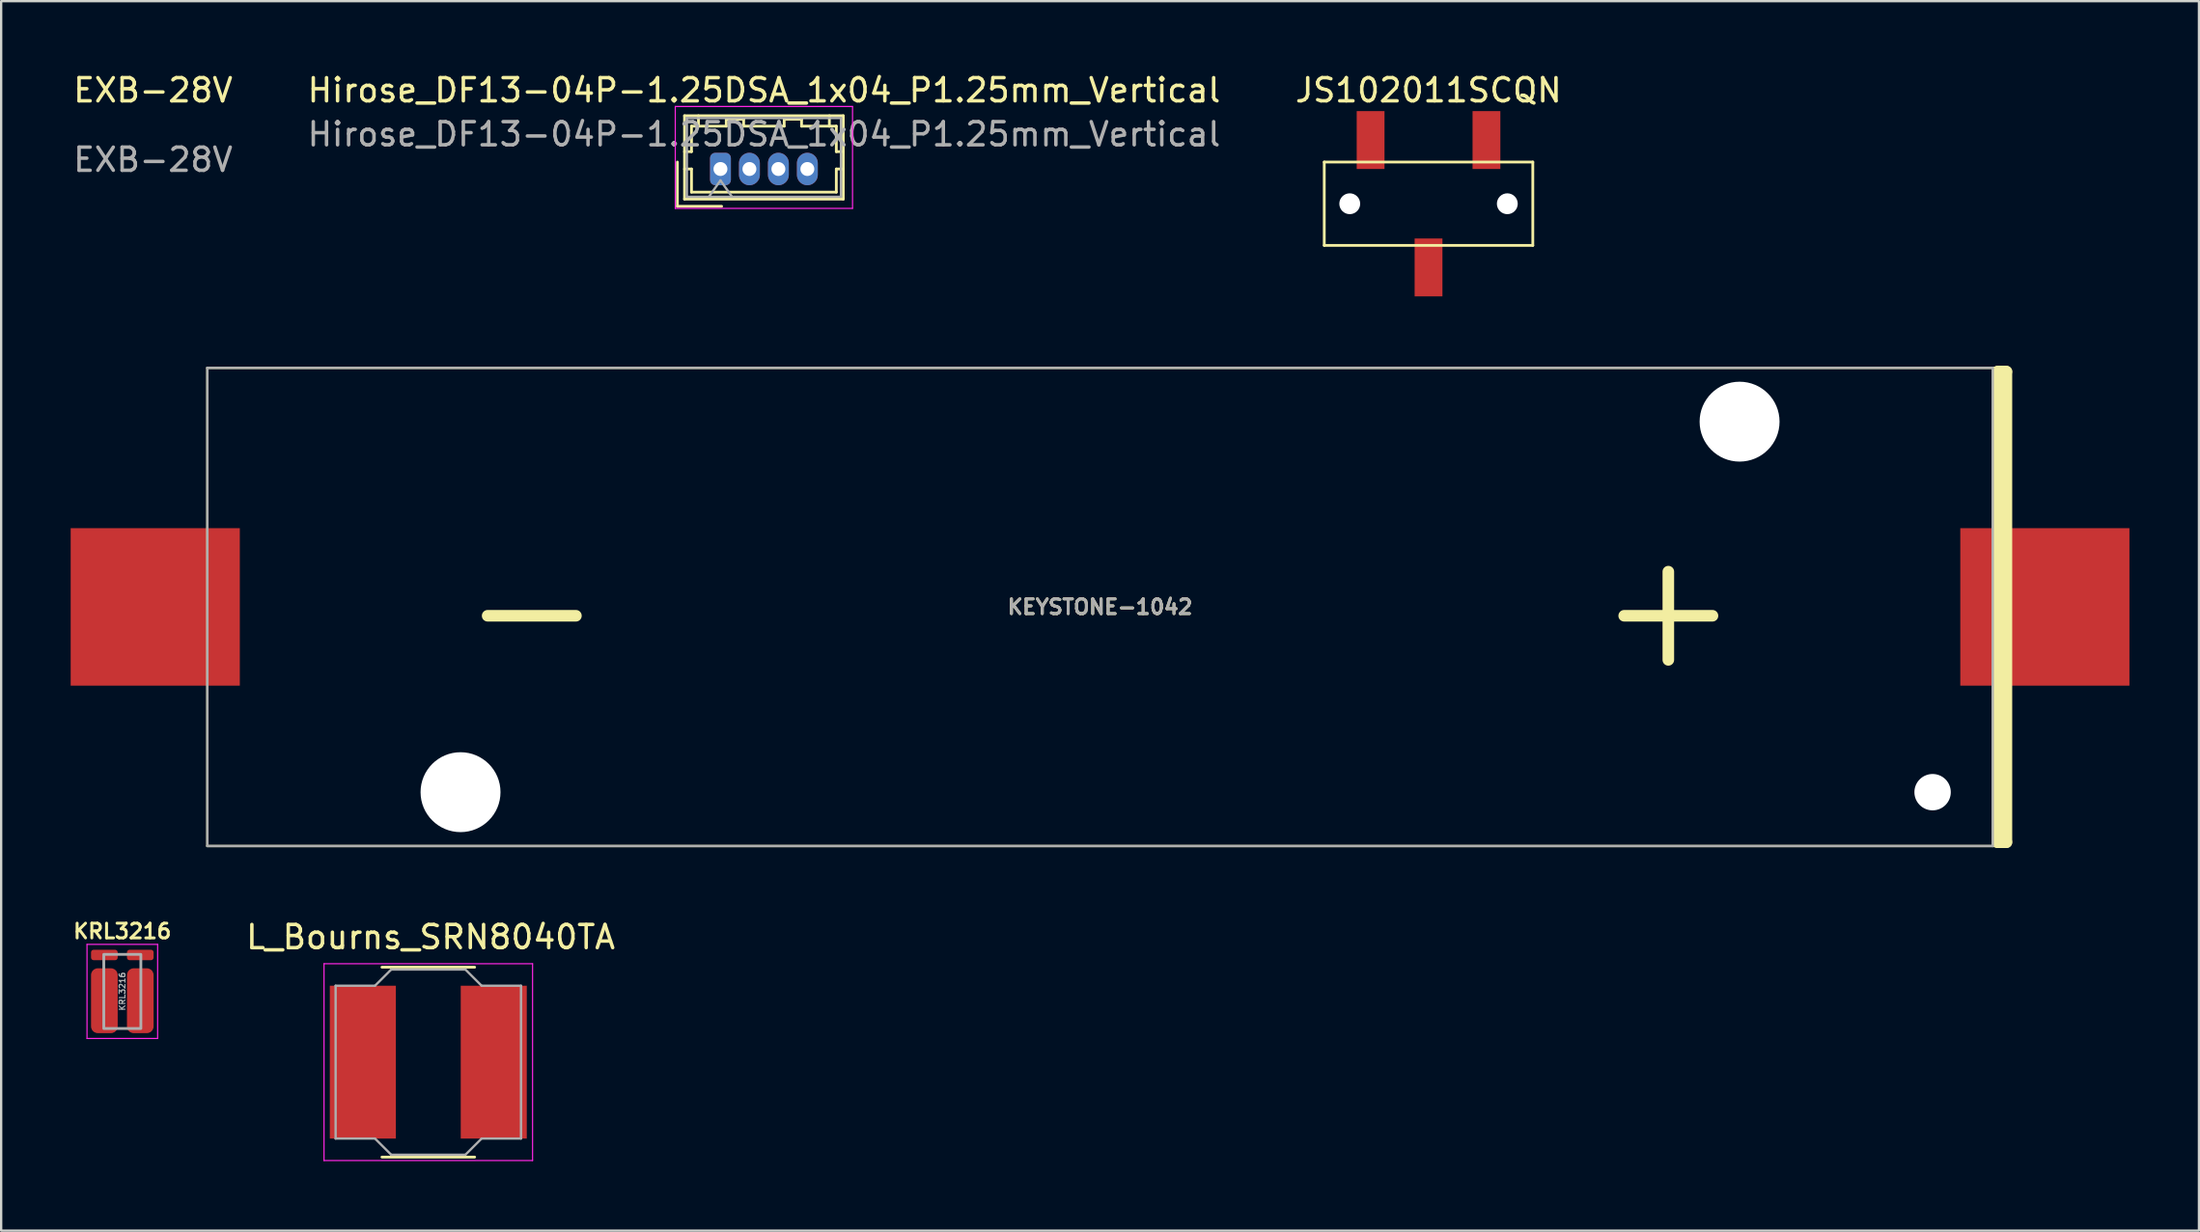
<source format=kicad_pcb>
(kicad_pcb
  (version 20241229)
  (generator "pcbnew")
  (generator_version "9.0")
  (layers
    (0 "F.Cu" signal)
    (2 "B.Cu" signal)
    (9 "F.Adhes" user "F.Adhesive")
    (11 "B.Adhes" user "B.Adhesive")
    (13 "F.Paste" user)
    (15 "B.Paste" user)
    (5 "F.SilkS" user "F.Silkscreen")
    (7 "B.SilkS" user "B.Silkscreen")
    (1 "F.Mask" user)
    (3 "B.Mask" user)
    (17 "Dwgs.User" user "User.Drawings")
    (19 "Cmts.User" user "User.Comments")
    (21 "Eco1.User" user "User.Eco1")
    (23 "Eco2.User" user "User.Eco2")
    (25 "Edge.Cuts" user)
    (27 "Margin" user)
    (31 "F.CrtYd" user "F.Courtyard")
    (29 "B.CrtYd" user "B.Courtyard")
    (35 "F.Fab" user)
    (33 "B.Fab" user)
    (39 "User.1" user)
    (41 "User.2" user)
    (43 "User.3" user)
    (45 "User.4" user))
  (footprint "KRL3216"
    (layer "F.Cu")
    (at 2.229 39.763)
    (property "Reference" "KRL3216" (at 0 -2.6 0) (unlocked yes) (layer "F.SilkS") (effects (font (size 0.635 0.635) (thickness 0.127) (bold yes))))
    (attr smd)
    (fp_line (start -1.524 -2.032) (end -1.524 2.032) (stroke (width 0.05) (type default)) (layer "F.CrtYd"))
    (fp_line (start -1.524 2.032) (end 1.524 2.032) (stroke (width 0.05) (type default)) (layer "F.CrtYd"))
    (fp_line (start 1.524 -2.032) (end -1.524 -2.032) (stroke (width 0.05) (type default)) (layer "F.CrtYd"))
    (fp_line (start 1.524 2.032) (end 1.524 -2.032) (stroke (width 0.05) (type default)) (layer "F.CrtYd"))
    (fp_rect (start -0.8 -1.6) (end 0.8 1.6) (stroke (width 0.12) (type default)) (fill no) (layer "F.Fab"))
    (fp_text user "${REFERENCE}" (at 0 0 90) (unlocked yes) (layer "F.Fab") (effects (font (size 0.25 0.25) (thickness 0.05) (bold yes))))
    (pad "1" smd roundrect (at -0.775 0.4) (size 1.15 2.8) (layers "F.Cu" "F.Mask" "F.Paste") (roundrect_rratio 0.25))
    (pad "2" smd roundrect (at 0.775 0.4 180) (size 1.15 2.8) (layers "F.Cu" "F.Mask" "F.Paste") (roundrect_rratio 0.25))
    (pad "3" smd roundrect (at -0.775 -1.575) (size 1.15 0.45) (layers "F.Cu" "F.Mask" "F.Paste") (roundrect_rratio 0.25))
    (pad "4" smd roundrect (at 0.775 -1.575 180) (size 1.15 0.45) (layers "F.Cu" "F.Mask" "F.Paste") (roundrect_rratio 0.25)))
  (footprint "KEYSTONE-1042"
    (layer "F.Cu")
    (at 44.425 23.158)
    (property "Reference" "KEYSTONE-1042" (at 0 0 0) (layer "F.SilkS") (effects (font (size 0.635 0.635) (thickness 0.127))))
    (attr through_hole)
    (fp_line (start -38.525 -10.325) (end 39.116 -10.325) (stroke (width 0.1) (type solid)) (layer "F.SilkS"))
    (fp_line (start -38.525 10.325) (end -38.525 -10.325) (stroke (width 0.1) (type solid)) (layer "F.SilkS"))
    (fp_line (start 38.525 -10.325) (end 38.525 10.325) (stroke (width 0.1) (type solid)) (layer "F.SilkS"))
    (fp_line (start 38.735 -10.16) (end 38.735 10.16) (stroke (width 0.5) (type solid)) (layer "F.SilkS"))
    (fp_line (start 38.735 -10.16) (end 39.116 -10.16) (stroke (width 0.5) (type solid)) (layer "F.SilkS"))
    (fp_line (start 38.735 10.16) (end 39.116 10.16) (stroke (width 0.5) (type solid)) (layer "F.SilkS"))
    (fp_line (start 38.735 10.325) (end -38.525 10.325) (stroke (width 0.1) (type solid)) (layer "F.SilkS"))
    (fp_line (start 38.862 -10.16) (end 38.862 10.16) (stroke (width 0.5) (type solid)) (layer "F.SilkS"))
    (fp_line (start 38.989 -10.16) (end 38.989 10.16) (stroke (width 0.5) (type solid)) (layer "F.SilkS"))
    (fp_line (start 39.116 -10.16) (end 39.116 10.16) (stroke (width 0.5) (type solid)) (layer "F.SilkS"))
    (fp_line (start -38.525 -10.325) (end 38.525 -10.325) (stroke (width 0.1) (type solid)) (layer "F.Fab"))
    (fp_line (start -38.525 10.325) (end -38.525 -10.325) (stroke (width 0.1) (type solid)) (layer "F.Fab"))
    (fp_line (start 38.525 -10.325) (end 38.525 10.325) (stroke (width 0.1) (type solid)) (layer "F.Fab"))
    (fp_line (start 38.525 10.325) (end -38.525 10.325) (stroke (width 0.1) (type solid)) (layer "F.Fab"))
    (fp_text user "-" (at -24.525 0 0) (layer "F.SilkS") (effects (font (size 5 5) (thickness 0.5))))
    (fp_text user "+" (at 24.525 0 0) (layer "F.SilkS") (effects (font (size 5 5) (thickness 0.5))))
    (fp_text user "${REFERENCE}" (at 0 0 0) (layer "F.Fab") (effects (font (size 0.635 0.635) (thickness 0.127))))
    (pad "" np_thru_hole circle (at -27.6 8) (size 3.45 3.45) (drill 3.45) (layers "*.Cu" "*.Mask"))
    (pad "" np_thru_hole circle (at 27.6 -8) (size 3.45 3.45) (drill 3.45) (layers "*.Cu" "*.Mask"))
    (pad "" np_thru_hole circle (at 35.93 8) (size 1.57 1.57) (drill 1.57) (layers "*.Cu" "*.Mask"))
    (pad "1" smd rect (at -40.775 0) (size 7.3 6.8) (layers "F.Cu" "F.Mask" "F.Paste"))
    (pad "2" smd rect (at 40.775 0) (size 7.3 6.8) (layers "F.Cu" "F.Mask" "F.Paste")))
  (footprint "EXB-28V"
    (layer "F.Cu")
    (at 3.554 1.348)
    (property "Reference" "EXB-28V" (at 0 -0.5 0) (unlocked yes) (layer "F.SilkS") (effects (font (size 1 1) (thickness 0.15))))
    (attr smd)
    (fp_text user "${REFERENCE}" (at 0 2.5 0) (unlocked yes) (layer "F.Fab") (effects (font (size 1 1) (thickness 0.15)))))
  (footprint "JS102011SCQN"
    (layer "F.Cu")
    (at 58.601 5.748)
    (property "Reference" "JS102011SCQN" (at 0 -4.9 0) (layer "F.SilkS") (effects (font (size 1 1) (thickness 0.15))))
    (attr smd)
    (fp_line (start -4.5 1.8) (end -4.5 -1.8) (stroke (width 0.12) (type solid)) (layer "F.SilkS"))
    (fp_line (start 4.5 -1.8) (end -4.5 -1.8) (stroke (width 0.12) (type solid)) (layer "F.SilkS"))
    (fp_line (start 4.5 1.8) (end -4.5 1.8) (stroke (width 0.12) (type solid)) (layer "F.SilkS"))
    (fp_line (start 4.5 1.8) (end 4.5 -1.8) (stroke (width 0.12) (type solid)) (layer "F.SilkS"))
    (pad "" np_thru_hole circle (at -3.4 0) (size 0.9 0.9) (drill 0.9) (layers "*.Cu" "*.Mask"))
    (pad "" np_thru_hole circle (at 3.4 0) (size 0.9 0.9) (drill 0.9) (layers "*.Cu" "*.Mask"))
    (pad "1" smd rect (at -2.5 -2.75) (size 1.2 2.5) (layers "F.Cu" "F.Mask" "F.Paste"))
    (pad "2" smd rect (at 0 2.75 180) (size 1.2 2.5) (layers "F.Cu" "F.Mask" "F.Paste"))
    (pad "3" smd rect (at 2.5 -2.75) (size 1.2 2.5) (layers "F.Cu" "F.Mask" "F.Paste")))
  (footprint "L_Bourns_SRN8040TA"
    (layer "F.Cu")
    (at 15.434 42.816)
    (property "Reference" "L_Bourns_SRN8040TA" (at 0.1 -5.4 180) (layer "F.SilkS") (effects (font (size 1 1) (thickness 0.15))))
    (attr smd)
    (fp_line (start 2 -4.1) (end -2 -4.1) (stroke (width 0.12) (type solid)) (layer "F.SilkS"))
    (fp_line (start 2 4.1) (end -2 4.1) (stroke (width 0.12) (type solid)) (layer "F.SilkS"))
    (fp_line (start -4.5 -4.25) (end -4.5 4.25) (stroke (width 0.05) (type solid)) (layer "F.CrtYd"))
    (fp_line (start -4.5 4.25) (end 4.5 4.25) (stroke (width 0.05) (type solid)) (layer "F.CrtYd"))
    (fp_line (start 4.5 -4.25) (end -4.5 -4.25) (stroke (width 0.05) (type solid)) (layer "F.CrtYd"))
    (fp_line (start 4.5 4.25) (end 4.5 -4.25) (stroke (width 0.05) (type solid)) (layer "F.CrtYd"))
    (fp_line (start -4 3.3) (end -4 -3.3) (stroke (width 0.1) (type solid)) (layer "F.Fab"))
    (fp_line (start -2.3 -3.3) (end -4 -3.3) (stroke (width 0.1) (type solid)) (layer "F.Fab"))
    (fp_line (start -2.3 3.3) (end -4 3.3) (stroke (width 0.1) (type solid)) (layer "F.Fab"))
    (fp_line (start -1.6 -4) (end -2.3 -3.3) (stroke (width 0.1) (type solid)) (layer "F.Fab"))
    (fp_line (start -1.6 4) (end -2.3 3.3) (stroke (width 0.1) (type solid)) (layer "F.Fab"))
    (fp_line (start 1.6 -4) (end -1.6 -4) (stroke (width 0.1) (type solid)) (layer "F.Fab"))
    (fp_line (start 1.6 -4) (end 2.3 -3.3) (stroke (width 0.1) (type solid)) (layer "F.Fab"))
    (fp_line (start 1.6 4) (end -1.6 4) (stroke (width 0.1) (type solid)) (layer "F.Fab"))
    (fp_line (start 1.6 4) (end 2.3 3.3) (stroke (width 0.1) (type solid)) (layer "F.Fab"))
    (fp_line (start 2.3 -3.3) (end 4 -3.3) (stroke (width 0.1) (type solid)) (layer "F.Fab"))
    (fp_line (start 2.3 3.3) (end 4 3.3) (stroke (width 0.1) (type solid)) (layer "F.Fab"))
    (fp_line (start 4 -3.3) (end 4 3.3) (stroke (width 0.1) (type solid)) (layer "F.Fab"))
    (pad "1" smd rect (at -2.825 0 270) (size 6.6 2.85) (layers "F.Cu" "F.Mask" "F.Paste"))
    (pad "2" smd rect (at 2.825 0 270) (size 6.6 2.85) (layers "F.Cu" "F.Mask" "F.Paste")))
  (footprint "Hirose_DF13-04P-1.25DSA_1x04_P1.25mm_Vertical"
    (layer "F.Cu")
    (at 28.043 4.248)
    (property "Reference" "Hirose_DF13-04P-1.25DSA_1x04_P1.25mm_Vertical" (at 1.88 -3.4 0) (layer "F.SilkS") (effects (font (size 1 1) (thickness 0.15))))
    (attr through_hole)
    (fp_line (start -1.86 -0.3) (end -1.86 1.61) (stroke (width 0.12) (type solid)) (layer "F.SilkS"))
    (fp_line (start -1.86 1.61) (end 0.05 1.61) (stroke (width 0.12) (type solid)) (layer "F.SilkS"))
    (fp_line (start -1.55 -2.3) (end -1.55 1.3) (stroke (width 0.12) (type solid)) (layer "F.SilkS"))
    (fp_line (start -1.55 -0.75) (end -1.25 -0.75) (stroke (width 0.12) (type solid)) (layer "F.SilkS"))
    (fp_line (start -1.55 0) (end -1.25 0) (stroke (width 0.12) (type solid)) (layer "F.SilkS"))
    (fp_line (start -1.55 1.3) (end 5.3 1.3) (stroke (width 0.12) (type solid)) (layer "F.SilkS"))
    (fp_line (start -1.25 -1.85) (end -0.95 -1.85) (stroke (width 0.12) (type solid)) (layer "F.SilkS"))
    (fp_line (start -1.25 -0.75) (end -1.25 -1.85) (stroke (width 0.12) (type solid)) (layer "F.SilkS"))
    (fp_line (start -1.25 0) (end -1.25 1) (stroke (width 0.12) (type solid)) (layer "F.SilkS"))
    (fp_line (start -1.25 1) (end 5 1) (stroke (width 0.12) (type solid)) (layer "F.SilkS"))
    (fp_line (start -0.95 -1.85) (end -0.95 -2.3) (stroke (width 0.12) (type solid)) (layer "F.SilkS"))
    (fp_line (start -0.95 -1.85) (end 0.25 -1.85) (stroke (width 0.12) (type solid)) (layer "F.SilkS"))
    (fp_line (start 0.25 -2.15) (end 1 -2.15) (stroke (width 0.12) (type solid)) (layer "F.SilkS"))
    (fp_line (start 0.25 -1.85) (end 0.25 -2.15) (stroke (width 0.12) (type solid)) (layer "F.SilkS"))
    (fp_line (start 1 -2.15) (end 1 -1.85) (stroke (width 0.12) (type solid)) (layer "F.SilkS"))
    (fp_line (start 1 -1.85) (end 2.75 -1.85) (stroke (width 0.12) (type solid)) (layer "F.SilkS"))
    (fp_line (start 2.75 -2.15) (end 3.5 -2.15) (stroke (width 0.12) (type solid)) (layer "F.SilkS"))
    (fp_line (start 2.75 -1.85) (end 2.75 -2.15) (stroke (width 0.12) (type solid)) (layer "F.SilkS"))
    (fp_line (start 3.5 -2.15) (end 3.5 -1.85) (stroke (width 0.12) (type solid)) (layer "F.SilkS"))
    (fp_line (start 3.5 -1.85) (end 4.7 -1.85) (stroke (width 0.12) (type solid)) (layer "F.SilkS"))
    (fp_line (start 4.7 -1.85) (end 4.7 -2.3) (stroke (width 0.12) (type solid)) (layer "F.SilkS"))
    (fp_line (start 5 -1.85) (end 4.7 -1.85) (stroke (width 0.12) (type solid)) (layer "F.SilkS"))
    (fp_line (start 5 -0.75) (end 5 -1.85) (stroke (width 0.12) (type solid)) (layer "F.SilkS"))
    (fp_line (start 5 0) (end 5.3 0) (stroke (width 0.12) (type solid)) (layer "F.SilkS"))
    (fp_line (start 5 1) (end 5 0) (stroke (width 0.12) (type solid)) (layer "F.SilkS"))
    (fp_line (start 5.3 -2.3) (end -1.55 -2.3) (stroke (width 0.12) (type solid)) (layer "F.SilkS"))
    (fp_line (start 5.3 -0.75) (end 5 -0.75) (stroke (width 0.12) (type solid)) (layer "F.SilkS"))
    (fp_line (start 5.3 1.3) (end 5.3 -2.3) (stroke (width 0.12) (type solid)) (layer "F.SilkS"))
    (fp_line (start -1.95 -2.7) (end -1.95 1.7) (stroke (width 0.05) (type solid)) (layer "F.CrtYd"))
    (fp_line (start -1.95 1.7) (end 5.7 1.7) (stroke (width 0.05) (type solid)) (layer "F.CrtYd"))
    (fp_line (start 5.7 -2.7) (end -1.95 -2.7) (stroke (width 0.05) (type solid)) (layer "F.CrtYd"))
    (fp_line (start 5.7 1.7) (end 5.7 -2.7) (stroke (width 0.05) (type solid)) (layer "F.CrtYd"))
    (fp_line (start -1.45 -2.2) (end -1.45 1.2) (stroke (width 0.1) (type solid)) (layer "F.Fab"))
    (fp_line (start -1.45 1.2) (end 5.2 1.2) (stroke (width 0.1) (type solid)) (layer "F.Fab"))
    (fp_line (start -0.5 1.2) (end 0 0.493) (stroke (width 0.1) (type solid)) (layer "F.Fab"))
    (fp_line (start 0 0.493) (end 0.5 1.2) (stroke (width 0.1) (type solid)) (layer "F.Fab"))
    (fp_line (start 5.2 -2.2) (end -1.45 -2.2) (stroke (width 0.1) (type solid)) (layer "F.Fab"))
    (fp_line (start 5.2 1.2) (end 5.2 -2.2) (stroke (width 0.1) (type solid)) (layer "F.Fab"))
    (fp_text user "${REFERENCE}" (at 1.88 -1.5 0) (layer "F.Fab") (effects (font (size 1 1) (thickness 0.15))))
    (pad "1" thru_hole roundrect (at 0 0) (size 0.9 1.4) (drill 0.6) (layers "*.Cu" "*.Mask") (roundrect_rratio 0.25))
    (pad "2" thru_hole oval (at 1.25 0) (size 0.9 1.4) (drill 0.6) (layers "*.Cu" "*.Mask"))
    (pad "3" thru_hole oval (at 2.5 0) (size 0.9 1.4) (drill 0.6) (layers "*.Cu" "*.Mask"))
    (pad "4" thru_hole oval (at 3.75 0) (size 0.9 1.4) (drill 0.6) (layers "*.Cu" "*.Mask")))
  (gr_rect
    (start -3 -3)
    (end 91.85 50.092)
    (stroke (width 0.1) (type default))
    (fill no)
    (layer "Edge.Cuts")))
</source>
